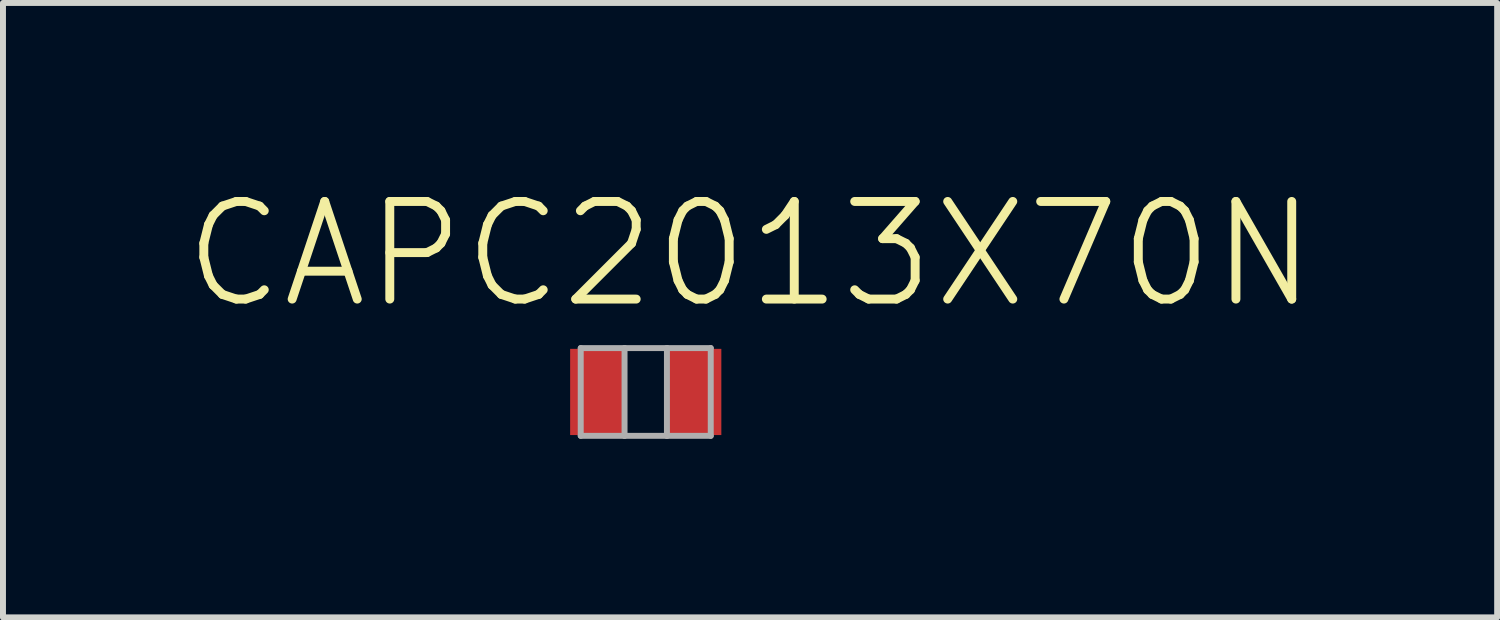
<source format=kicad_pcb>
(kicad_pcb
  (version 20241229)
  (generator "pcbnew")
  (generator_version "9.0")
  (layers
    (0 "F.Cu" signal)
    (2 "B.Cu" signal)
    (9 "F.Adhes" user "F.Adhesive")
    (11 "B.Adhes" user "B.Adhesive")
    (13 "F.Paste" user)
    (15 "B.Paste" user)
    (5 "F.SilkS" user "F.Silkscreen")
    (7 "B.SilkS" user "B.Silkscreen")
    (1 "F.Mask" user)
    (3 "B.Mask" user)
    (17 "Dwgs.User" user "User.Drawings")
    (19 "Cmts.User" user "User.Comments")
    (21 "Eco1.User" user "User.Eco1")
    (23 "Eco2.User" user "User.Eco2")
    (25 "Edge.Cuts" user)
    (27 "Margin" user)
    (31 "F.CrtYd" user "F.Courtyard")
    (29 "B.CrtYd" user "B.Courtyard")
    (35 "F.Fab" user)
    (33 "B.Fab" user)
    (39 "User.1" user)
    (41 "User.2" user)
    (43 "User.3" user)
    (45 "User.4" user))
  (footprint "CAPC2013X70N"
    (layer "F.Cu")
    (at 7.797 3.534)
    (property "Reference" "CAPC2013X70N" (at 1.753 -2.311 0) (layer "F.SilkS") (effects (font (size 1.64 1.64) (thickness 0.15))))
    (attr smd)
    (fp_line (start -1.092 -0.737) (end -1.092 0.737) (stroke (width 0.1) (type solid)) (layer "F.Fab"))
    (fp_line (start -1.092 0.737) (end -0.356 0.737) (stroke (width 0.1) (type solid)) (layer "F.Fab"))
    (fp_line (start -0.356 -0.737) (end -1.092 -0.737) (stroke (width 0.1) (type solid)) (layer "F.Fab"))
    (fp_line (start -0.356 0.737) (end -0.356 -0.737) (stroke (width 0.1) (type solid)) (layer "F.Fab"))
    (fp_line (start -0.356 0.737) (end 0.356 0.737) (stroke (width 0.1) (type solid)) (layer "F.Fab"))
    (fp_line (start 0.356 -0.737) (end -0.356 -0.737) (stroke (width 0.1) (type solid)) (layer "F.Fab"))
    (fp_line (start 0.356 -0.737) (end 0.356 0.737) (stroke (width 0.1) (type solid)) (layer "F.Fab"))
    (fp_line (start 0.356 0.737) (end 1.092 0.737) (stroke (width 0.1) (type solid)) (layer "F.Fab"))
    (fp_line (start 1.092 -0.737) (end 0.356 -0.737) (stroke (width 0.1) (type solid)) (layer "F.Fab"))
    (fp_line (start 1.092 0.737) (end 1.092 -0.737) (stroke (width 0.1) (type solid)) (layer "F.Fab"))
    (pad "1" smd rect (at -0.813 0) (size 0.914 1.448) (layers "F.Cu" "F.Mask" "F.Paste"))
    (pad "2" smd rect (at 0.813 0) (size 0.914 1.448) (layers "F.Cu" "F.Mask" "F.Paste")))
  (gr_rect
    (start -3 -3)
    (end 22.099 7.321)
    (stroke (width 0.1) (type default))
    (fill no)
    (layer "Edge.Cuts")))
</source>
